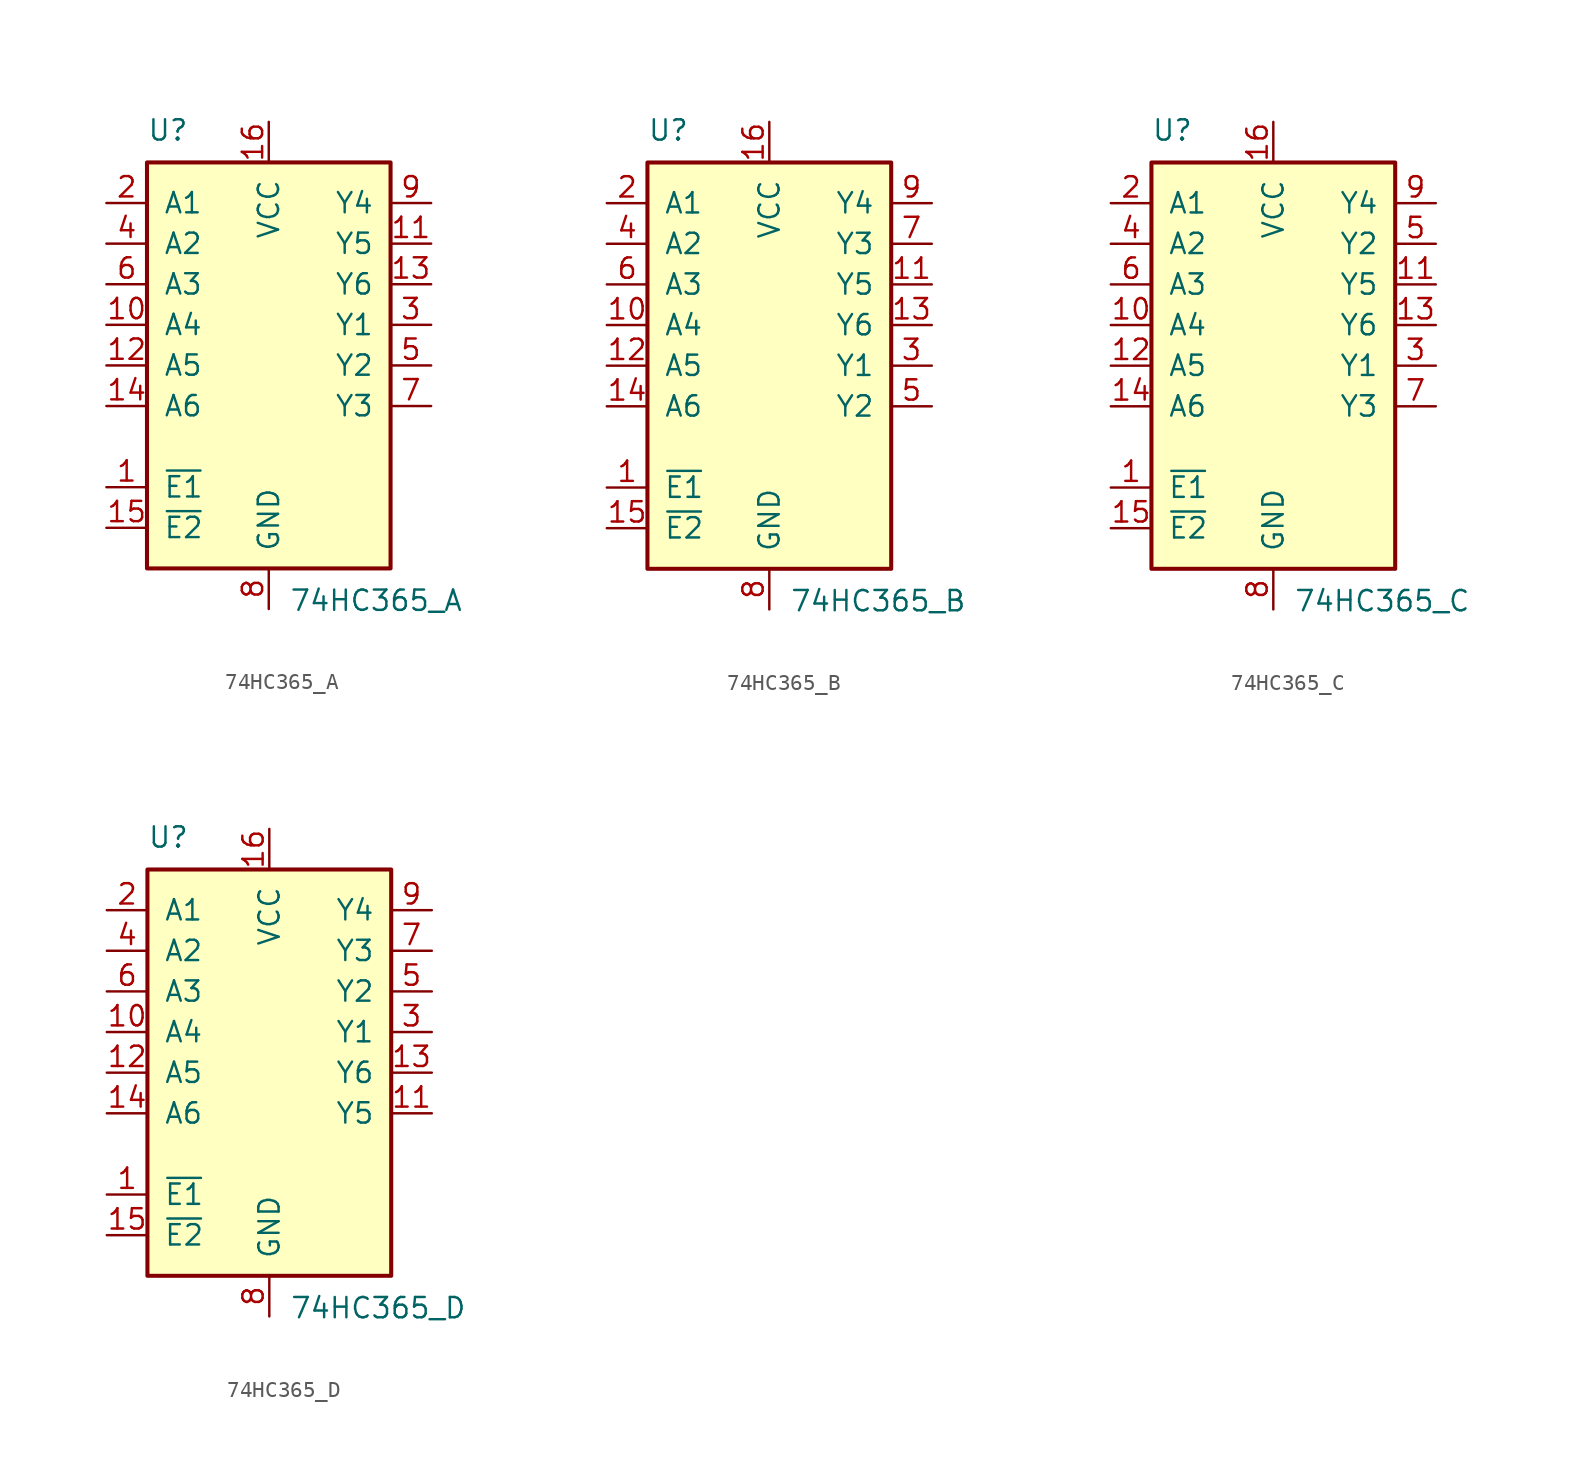
<source format=kicad_sym>
(kicad_symbol_lib
  (version 20211014)
  (generator kicad_symbol_editor)
  (symbol "74HC365_A"
    (pin_names
      (offset 1.016))
    (property "Reference" "U"
      (at -7.62 13.97 0)
      (effects (font (size 1.27 1.27)) (justify left bottom)))
    (property "Value" "74HC365_A"
      (at 1.27 -13.97 0)
      (effects (font (size 1.27 1.27)) (justify left top)))
    (symbol "74HC365_A_1_1"
      (rectangle (start -7.62 12.7) (end 7.62 -12.7) (stroke (width 0.254) (type default) (color 0 0 0 0)) (fill (type background)))
      (pin input line (at -10.16 -7.62 0) (length 2.54) (name "~{E1}" (effects (font (size 1.27 1.27)))) (number "1" (effects (font (size 1.27 1.27)))))
      (pin input line (at -10.16 2.54 0) (length 2.54) (name "A4" (effects (font (size 1.27 1.27)))) (number "10" (effects (font (size 1.27 1.27)))))
      (pin tri_state line (at 10.16 7.62 180) (length 2.54) (name "Y5" (effects (font (size 1.27 1.27)))) (number "11" (effects (font (size 1.27 1.27)))))
      (pin input line (at -10.16 0 0) (length 2.54) (name "A5" (effects (font (size 1.27 1.27)))) (number "12" (effects (font (size 1.27 1.27)))))
      (pin tri_state line (at 10.16 5.08 180) (length 2.54) (name "Y6" (effects (font (size 1.27 1.27)))) (number "13" (effects (font (size 1.27 1.27)))))
      (pin input line (at -10.16 -2.54 0) (length 2.54) (name "A6" (effects (font (size 1.27 1.27)))) (number "14" (effects (font (size 1.27 1.27)))))
      (pin input line (at -10.16 -10.16 0) (length 2.54) (name "~{E2}" (effects (font (size 1.27 1.27)))) (number "15" (effects (font (size 1.27 1.27)))))
      (pin power_in line (at 0 15.24 270) (length 2.54) (name "VCC" (effects (font (size 1.27 1.27)))) (number "16" (effects (font (size 1.27 1.27)))))
      (pin input line (at -10.16 10.16 0) (length 2.54) (name "A1" (effects (font (size 1.27 1.27)))) (number "2" (effects (font (size 1.27 1.27)))))
      (pin tri_state line (at 10.16 2.54 180) (length 2.54) (name "Y1" (effects (font (size 1.27 1.27)))) (number "3" (effects (font (size 1.27 1.27)))))
      (pin input line (at -10.16 7.62 0) (length 2.54) (name "A2" (effects (font (size 1.27 1.27)))) (number "4" (effects (font (size 1.27 1.27)))))
      (pin tri_state line (at 10.16 0 180) (length 2.54) (name "Y2" (effects (font (size 1.27 1.27)))) (number "5" (effects (font (size 1.27 1.27)))))
      (pin input line (at -10.16 5.08 0) (length 2.54) (name "A3" (effects (font (size 1.27 1.27)))) (number "6" (effects (font (size 1.27 1.27)))))
      (pin tri_state line (at 10.16 -2.54 180) (length 2.54) (name "Y3" (effects (font (size 1.27 1.27)))) (number "7" (effects (font (size 1.27 1.27)))))
      (pin power_in line (at 0 -15.24 90) (length 2.54) (name "GND" (effects (font (size 1.27 1.27)))) (number "8" (effects (font (size 1.27 1.27)))))
      (pin tri_state line (at 10.16 10.16 180) (length 2.54) (name "Y4" (effects (font (size 1.27 1.27)))) (number "9" (effects (font (size 1.27 1.27)))))))
  (symbol "74HC365_B"
    (pin_names
      (offset 1.016))
    (property "Reference" "U"
      (at -7.62 13.97 0)
      (effects (font (size 1.27 1.27)) (justify left bottom)))
    (property "Value" "74HC365_B"
      (at 1.27 -13.97 0)
      (effects (font (size 1.27 1.27)) (justify left top)))
    (symbol "74HC365_B_1_1"
      (rectangle (start -7.62 12.7) (end 7.62 -12.7) (stroke (width 0.254) (type default) (color 0 0 0 0)) (fill (type background)))
      (pin input line (at -10.16 -7.62 0) (length 2.54) (name "~{E1}" (effects (font (size 1.27 1.27)))) (number "1" (effects (font (size 1.27 1.27)))))
      (pin input line (at -10.16 2.54 0) (length 2.54) (name "A4" (effects (font (size 1.27 1.27)))) (number "10" (effects (font (size 1.27 1.27)))))
      (pin tri_state line (at 10.16 5.08 180) (length 2.54) (name "Y5" (effects (font (size 1.27 1.27)))) (number "11" (effects (font (size 1.27 1.27)))))
      (pin input line (at -10.16 0 0) (length 2.54) (name "A5" (effects (font (size 1.27 1.27)))) (number "12" (effects (font (size 1.27 1.27)))))
      (pin tri_state line (at 10.16 2.54 180) (length 2.54) (name "Y6" (effects (font (size 1.27 1.27)))) (number "13" (effects (font (size 1.27 1.27)))))
      (pin input line (at -10.16 -2.54 0) (length 2.54) (name "A6" (effects (font (size 1.27 1.27)))) (number "14" (effects (font (size 1.27 1.27)))))
      (pin input line (at -10.16 -10.16 0) (length 2.54) (name "~{E2}" (effects (font (size 1.27 1.27)))) (number "15" (effects (font (size 1.27 1.27)))))
      (pin power_in line (at 0 15.24 270) (length 2.54) (name "VCC" (effects (font (size 1.27 1.27)))) (number "16" (effects (font (size 1.27 1.27)))))
      (pin input line (at -10.16 10.16 0) (length 2.54) (name "A1" (effects (font (size 1.27 1.27)))) (number "2" (effects (font (size 1.27 1.27)))))
      (pin tri_state line (at 10.16 0 180) (length 2.54) (name "Y1" (effects (font (size 1.27 1.27)))) (number "3" (effects (font (size 1.27 1.27)))))
      (pin input line (at -10.16 7.62 0) (length 2.54) (name "A2" (effects (font (size 1.27 1.27)))) (number "4" (effects (font (size 1.27 1.27)))))
      (pin tri_state line (at 10.16 -2.54 180) (length 2.54) (name "Y2" (effects (font (size 1.27 1.27)))) (number "5" (effects (font (size 1.27 1.27)))))
      (pin input line (at -10.16 5.08 0) (length 2.54) (name "A3" (effects (font (size 1.27 1.27)))) (number "6" (effects (font (size 1.27 1.27)))))
      (pin tri_state line (at 10.16 7.62 180) (length 2.54) (name "Y3" (effects (font (size 1.27 1.27)))) (number "7" (effects (font (size 1.27 1.27)))))
      (pin power_in line (at 0 -15.24 90) (length 2.54) (name "GND" (effects (font (size 1.27 1.27)))) (number "8" (effects (font (size 1.27 1.27)))))
      (pin tri_state line (at 10.16 10.16 180) (length 2.54) (name "Y4" (effects (font (size 1.27 1.27)))) (number "9" (effects (font (size 1.27 1.27)))))))
  (symbol "74HC365_C"
    (pin_names
      (offset 1.016))
    (property "Reference" "U"
      (at -7.62 13.97 0)
      (effects (font (size 1.27 1.27)) (justify left bottom)))
    (property "Value" "74HC365_C"
      (at 1.27 -13.97 0)
      (effects (font (size 1.27 1.27)) (justify left top)))
    (symbol "74HC365_C_1_1"
      (rectangle (start -7.62 12.7) (end 7.62 -12.7) (stroke (width 0.254) (type default) (color 0 0 0 0)) (fill (type background)))
      (pin input line (at -10.16 -7.62 0) (length 2.54) (name "~{E1}" (effects (font (size 1.27 1.27)))) (number "1" (effects (font (size 1.27 1.27)))))
      (pin input line (at -10.16 2.54 0) (length 2.54) (name "A4" (effects (font (size 1.27 1.27)))) (number "10" (effects (font (size 1.27 1.27)))))
      (pin tri_state line (at 10.16 5.08 180) (length 2.54) (name "Y5" (effects (font (size 1.27 1.27)))) (number "11" (effects (font (size 1.27 1.27)))))
      (pin input line (at -10.16 0 0) (length 2.54) (name "A5" (effects (font (size 1.27 1.27)))) (number "12" (effects (font (size 1.27 1.27)))))
      (pin tri_state line (at 10.16 2.54 180) (length 2.54) (name "Y6" (effects (font (size 1.27 1.27)))) (number "13" (effects (font (size 1.27 1.27)))))
      (pin input line (at -10.16 -2.54 0) (length 2.54) (name "A6" (effects (font (size 1.27 1.27)))) (number "14" (effects (font (size 1.27 1.27)))))
      (pin input line (at -10.16 -10.16 0) (length 2.54) (name "~{E2}" (effects (font (size 1.27 1.27)))) (number "15" (effects (font (size 1.27 1.27)))))
      (pin power_in line (at 0 15.24 270) (length 2.54) (name "VCC" (effects (font (size 1.27 1.27)))) (number "16" (effects (font (size 1.27 1.27)))))
      (pin input line (at -10.16 10.16 0) (length 2.54) (name "A1" (effects (font (size 1.27 1.27)))) (number "2" (effects (font (size 1.27 1.27)))))
      (pin tri_state line (at 10.16 0 180) (length 2.54) (name "Y1" (effects (font (size 1.27 1.27)))) (number "3" (effects (font (size 1.27 1.27)))))
      (pin input line (at -10.16 7.62 0) (length 2.54) (name "A2" (effects (font (size 1.27 1.27)))) (number "4" (effects (font (size 1.27 1.27)))))
      (pin tri_state line (at 10.16 7.62 180) (length 2.54) (name "Y2" (effects (font (size 1.27 1.27)))) (number "5" (effects (font (size 1.27 1.27)))))
      (pin input line (at -10.16 5.08 0) (length 2.54) (name "A3" (effects (font (size 1.27 1.27)))) (number "6" (effects (font (size 1.27 1.27)))))
      (pin tri_state line (at 10.16 -2.54 180) (length 2.54) (name "Y3" (effects (font (size 1.27 1.27)))) (number "7" (effects (font (size 1.27 1.27)))))
      (pin power_in line (at 0 -15.24 90) (length 2.54) (name "GND" (effects (font (size 1.27 1.27)))) (number "8" (effects (font (size 1.27 1.27)))))
      (pin tri_state line (at 10.16 10.16 180) (length 2.54) (name "Y4" (effects (font (size 1.27 1.27)))) (number "9" (effects (font (size 1.27 1.27)))))))
  (symbol "74HC365_D"
    (pin_names
      (offset 1.016))
    (property "Reference" "U"
      (at -7.62 13.97 0)
      (effects (font (size 1.27 1.27)) (justify left bottom)))
    (property "Value" "74HC365_D"
      (at 1.27 -13.97 0)
      (effects (font (size 1.27 1.27)) (justify left top)))
    (symbol "74HC365_D_1_1"
      (rectangle (start -7.62 12.7) (end 7.62 -12.7) (stroke (width 0.254) (type default) (color 0 0 0 0)) (fill (type background)))
      (pin input line (at -10.16 -7.62 0) (length 2.54) (name "~{E1}" (effects (font (size 1.27 1.27)))) (number "1" (effects (font (size 1.27 1.27)))))
      (pin input line (at -10.16 2.54 0) (length 2.54) (name "A4" (effects (font (size 1.27 1.27)))) (number "10" (effects (font (size 1.27 1.27)))))
      (pin tri_state line (at 10.16 -2.54 180) (length 2.54) (name "Y5" (effects (font (size 1.27 1.27)))) (number "11" (effects (font (size 1.27 1.27)))))
      (pin input line (at -10.16 0 0) (length 2.54) (name "A5" (effects (font (size 1.27 1.27)))) (number "12" (effects (font (size 1.27 1.27)))))
      (pin tri_state line (at 10.16 0 180) (length 2.54) (name "Y6" (effects (font (size 1.27 1.27)))) (number "13" (effects (font (size 1.27 1.27)))))
      (pin input line (at -10.16 -2.54 0) (length 2.54) (name "A6" (effects (font (size 1.27 1.27)))) (number "14" (effects (font (size 1.27 1.27)))))
      (pin input line (at -10.16 -10.16 0) (length 2.54) (name "~{E2}" (effects (font (size 1.27 1.27)))) (number "15" (effects (font (size 1.27 1.27)))))
      (pin power_in line (at 0 15.24 270) (length 2.54) (name "VCC" (effects (font (size 1.27 1.27)))) (number "16" (effects (font (size 1.27 1.27)))))
      (pin input line (at -10.16 10.16 0) (length 2.54) (name "A1" (effects (font (size 1.27 1.27)))) (number "2" (effects (font (size 1.27 1.27)))))
      (pin tri_state line (at 10.16 2.54 180) (length 2.54) (name "Y1" (effects (font (size 1.27 1.27)))) (number "3" (effects (font (size 1.27 1.27)))))
      (pin input line (at -10.16 7.62 0) (length 2.54) (name "A2" (effects (font (size 1.27 1.27)))) (number "4" (effects (font (size 1.27 1.27)))))
      (pin tri_state line (at 10.16 5.08 180) (length 2.54) (name "Y2" (effects (font (size 1.27 1.27)))) (number "5" (effects (font (size 1.27 1.27)))))
      (pin input line (at -10.16 5.08 0) (length 2.54) (name "A3" (effects (font (size 1.27 1.27)))) (number "6" (effects (font (size 1.27 1.27)))))
      (pin tri_state line (at 10.16 7.62 180) (length 2.54) (name "Y3" (effects (font (size 1.27 1.27)))) (number "7" (effects (font (size 1.27 1.27)))))
      (pin power_in line (at 0 -15.24 90) (length 2.54) (name "GND" (effects (font (size 1.27 1.27)))) (number "8" (effects (font (size 1.27 1.27)))))
      (pin tri_state line (at 10.16 10.16 180) (length 2.54) (name "Y4" (effects (font (size 1.27 1.27)))) (number "9" (effects (font (size 1.27 1.27))))))))
</source>
